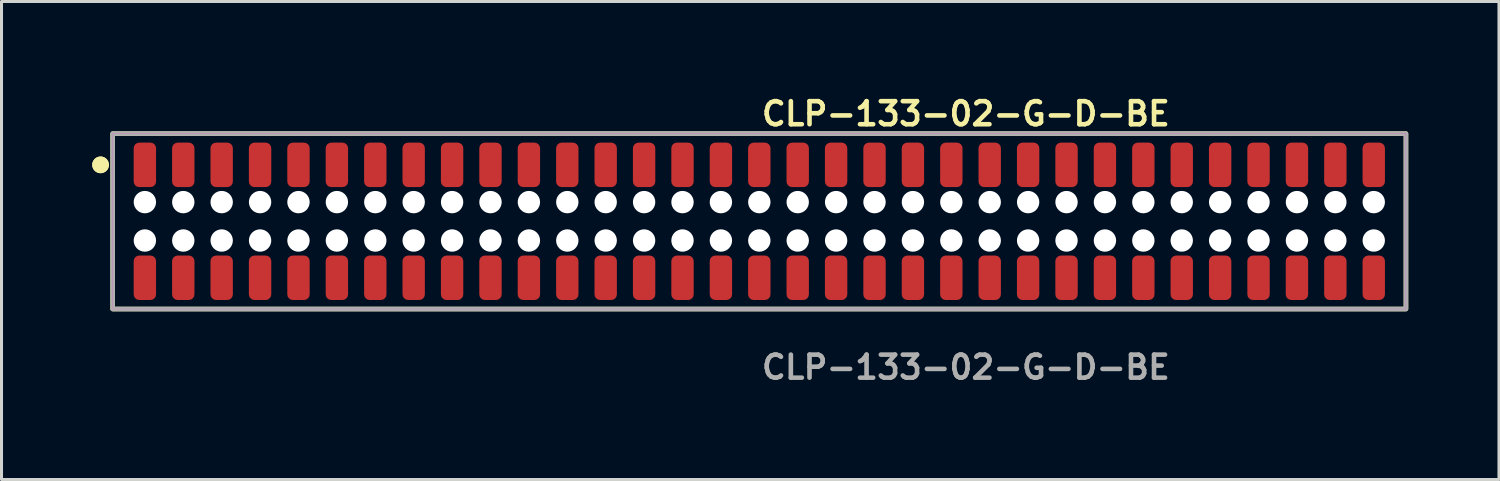
<source format=kicad_pcb>
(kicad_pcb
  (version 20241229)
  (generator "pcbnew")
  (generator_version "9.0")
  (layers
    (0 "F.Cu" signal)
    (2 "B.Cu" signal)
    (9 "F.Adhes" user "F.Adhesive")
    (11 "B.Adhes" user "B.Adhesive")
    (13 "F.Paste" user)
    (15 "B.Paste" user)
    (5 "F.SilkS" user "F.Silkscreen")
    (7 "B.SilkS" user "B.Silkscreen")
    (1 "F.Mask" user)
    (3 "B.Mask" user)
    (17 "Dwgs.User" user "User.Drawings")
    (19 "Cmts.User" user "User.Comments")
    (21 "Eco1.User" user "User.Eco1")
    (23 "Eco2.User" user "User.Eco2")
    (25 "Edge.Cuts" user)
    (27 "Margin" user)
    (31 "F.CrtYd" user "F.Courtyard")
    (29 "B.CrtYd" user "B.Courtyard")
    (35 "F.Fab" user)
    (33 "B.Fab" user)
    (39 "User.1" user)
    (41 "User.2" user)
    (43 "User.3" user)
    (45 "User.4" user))
  (footprint "CLP-133-02-G-D-BE"
    (layer "F.Cu")
    (at 22.061 4.269)
    (property "Reference" "CLP-133-02-G-D-BE" (at 0 -3.556 0) (unlocked yes) (layer "F.SilkS") (effects (font (size 0.762 0.762) (thickness 0.152)) (justify left)))
    (fp_rect (start -21.385 2.9) (end 21.385 -2.9) (stroke (width 0.152) (type solid)) (fill no) (layer "F.SilkS"))
    (fp_circle (center -21.785 -1.867) (end -21.985 -1.867) (stroke (width 0.152) (type solid)) (fill yes) (layer "F.SilkS"))
    (fp_circle (center -21.785 -1.867) (end -21.985 -1.867) (stroke (width 0.152) (type solid)) (fill yes) (layer "F.SilkS"))
    (fp_rect (start -21.385 2.9) (end 21.385 -2.9) (stroke (width 0.006) (type solid)) (fill no) (layer "F.CrtYd"))
    (fp_rect (start -21.385 2.9) (end 21.385 -2.9) (stroke (width 0.152) (type solid)) (fill no) (layer "F.Fab"))
    (fp_text user "${REFERENCE}" (at 0 4.826 0) (unlocked yes) (layer "F.Fab") (effects (font (size 0.762 0.762) (thickness 0.152)) (justify left)))
    (pad "" np_thru_hole circle (at -20.32 -0.635) (size 0.74 0.74) (drill 0.74) (layers "*.Cu" "*.Mask"))
    (pad "" np_thru_hole circle (at -20.32 0.635) (size 0.74 0.74) (drill 0.74) (layers "*.Cu" "*.Mask"))
    (pad "" np_thru_hole circle (at -19.05 -0.635) (size 0.74 0.74) (drill 0.74) (layers "*.Cu" "*.Mask"))
    (pad "" np_thru_hole circle (at -19.05 0.635) (size 0.74 0.74) (drill 0.74) (layers "*.Cu" "*.Mask"))
    (pad "" np_thru_hole circle (at -17.78 -0.635) (size 0.74 0.74) (drill 0.74) (layers "*.Cu" "*.Mask"))
    (pad "" np_thru_hole circle (at -17.78 0.635) (size 0.74 0.74) (drill 0.74) (layers "*.Cu" "*.Mask"))
    (pad "" np_thru_hole circle (at -16.51 -0.635) (size 0.74 0.74) (drill 0.74) (layers "*.Cu" "*.Mask"))
    (pad "" np_thru_hole circle (at -16.51 0.635) (size 0.74 0.74) (drill 0.74) (layers "*.Cu" "*.Mask"))
    (pad "" np_thru_hole circle (at -15.24 -0.635) (size 0.74 0.74) (drill 0.74) (layers "*.Cu" "*.Mask"))
    (pad "" np_thru_hole circle (at -15.24 0.635) (size 0.74 0.74) (drill 0.74) (layers "*.Cu" "*.Mask"))
    (pad "" np_thru_hole circle (at -13.97 -0.635) (size 0.74 0.74) (drill 0.74) (layers "*.Cu" "*.Mask"))
    (pad "" np_thru_hole circle (at -13.97 0.635) (size 0.74 0.74) (drill 0.74) (layers "*.Cu" "*.Mask"))
    (pad "" np_thru_hole circle (at -12.7 -0.635) (size 0.74 0.74) (drill 0.74) (layers "*.Cu" "*.Mask"))
    (pad "" np_thru_hole circle (at -12.7 0.635) (size 0.74 0.74) (drill 0.74) (layers "*.Cu" "*.Mask"))
    (pad "" np_thru_hole circle (at -11.43 -0.635) (size 0.74 0.74) (drill 0.74) (layers "*.Cu" "*.Mask"))
    (pad "" np_thru_hole circle (at -11.43 0.635) (size 0.74 0.74) (drill 0.74) (layers "*.Cu" "*.Mask"))
    (pad "" np_thru_hole circle (at -10.16 -0.635) (size 0.74 0.74) (drill 0.74) (layers "*.Cu" "*.Mask"))
    (pad "" np_thru_hole circle (at -10.16 0.635) (size 0.74 0.74) (drill 0.74) (layers "*.Cu" "*.Mask"))
    (pad "" np_thru_hole circle (at -8.89 -0.635) (size 0.74 0.74) (drill 0.74) (layers "*.Cu" "*.Mask"))
    (pad "" np_thru_hole circle (at -8.89 0.635) (size 0.74 0.74) (drill 0.74) (layers "*.Cu" "*.Mask"))
    (pad "" np_thru_hole circle (at -7.62 -0.635) (size 0.74 0.74) (drill 0.74) (layers "*.Cu" "*.Mask"))
    (pad "" np_thru_hole circle (at -7.62 0.635) (size 0.74 0.74) (drill 0.74) (layers "*.Cu" "*.Mask"))
    (pad "" np_thru_hole circle (at -6.35 -0.635) (size 0.74 0.74) (drill 0.74) (layers "*.Cu" "*.Mask"))
    (pad "" np_thru_hole circle (at -6.35 0.635) (size 0.74 0.74) (drill 0.74) (layers "*.Cu" "*.Mask"))
    (pad "" np_thru_hole circle (at -5.08 -0.635) (size 0.74 0.74) (drill 0.74) (layers "*.Cu" "*.Mask"))
    (pad "" np_thru_hole circle (at -5.08 0.635) (size 0.74 0.74) (drill 0.74) (layers "*.Cu" "*.Mask"))
    (pad "" np_thru_hole circle (at -3.81 -0.635) (size 0.74 0.74) (drill 0.74) (layers "*.Cu" "*.Mask"))
    (pad "" np_thru_hole circle (at -3.81 0.635) (size 0.74 0.74) (drill 0.74) (layers "*.Cu" "*.Mask"))
    (pad "" np_thru_hole circle (at -2.54 -0.635) (size 0.74 0.74) (drill 0.74) (layers "*.Cu" "*.Mask"))
    (pad "" np_thru_hole circle (at -2.54 0.635) (size 0.74 0.74) (drill 0.74) (layers "*.Cu" "*.Mask"))
    (pad "" np_thru_hole circle (at -1.27 -0.635) (size 0.74 0.74) (drill 0.74) (layers "*.Cu" "*.Mask"))
    (pad "" np_thru_hole circle (at -1.27 0.635) (size 0.74 0.74) (drill 0.74) (layers "*.Cu" "*.Mask"))
    (pad "" np_thru_hole circle (at 0 -0.635) (size 0.74 0.74) (drill 0.74) (layers "*.Cu" "*.Mask"))
    (pad "" np_thru_hole circle (at 0 0.635) (size 0.74 0.74) (drill 0.74) (layers "*.Cu" "*.Mask"))
    (pad "" np_thru_hole circle (at 1.27 -0.635) (size 0.74 0.74) (drill 0.74) (layers "*.Cu" "*.Mask"))
    (pad "" np_thru_hole circle (at 1.27 0.635) (size 0.74 0.74) (drill 0.74) (layers "*.Cu" "*.Mask"))
    (pad "" np_thru_hole circle (at 2.54 -0.635) (size 0.74 0.74) (drill 0.74) (layers "*.Cu" "*.Mask"))
    (pad "" np_thru_hole circle (at 2.54 0.635) (size 0.74 0.74) (drill 0.74) (layers "*.Cu" "*.Mask"))
    (pad "" np_thru_hole circle (at 3.81 -0.635) (size 0.74 0.74) (drill 0.74) (layers "*.Cu" "*.Mask"))
    (pad "" np_thru_hole circle (at 3.81 0.635) (size 0.74 0.74) (drill 0.74) (layers "*.Cu" "*.Mask"))
    (pad "" np_thru_hole circle (at 5.08 -0.635) (size 0.74 0.74) (drill 0.74) (layers "*.Cu" "*.Mask"))
    (pad "" np_thru_hole circle (at 5.08 0.635) (size 0.74 0.74) (drill 0.74) (layers "*.Cu" "*.Mask"))
    (pad "" np_thru_hole circle (at 6.35 -0.635) (size 0.74 0.74) (drill 0.74) (layers "*.Cu" "*.Mask"))
    (pad "" np_thru_hole circle (at 6.35 0.635) (size 0.74 0.74) (drill 0.74) (layers "*.Cu" "*.Mask"))
    (pad "" np_thru_hole circle (at 7.62 -0.635) (size 0.74 0.74) (drill 0.74) (layers "*.Cu" "*.Mask"))
    (pad "" np_thru_hole circle (at 7.62 0.635) (size 0.74 0.74) (drill 0.74) (layers "*.Cu" "*.Mask"))
    (pad "" np_thru_hole circle (at 8.89 -0.635) (size 0.74 0.74) (drill 0.74) (layers "*.Cu" "*.Mask"))
    (pad "" np_thru_hole circle (at 8.89 0.635) (size 0.74 0.74) (drill 0.74) (layers "*.Cu" "*.Mask"))
    (pad "" np_thru_hole circle (at 10.16 -0.635) (size 0.74 0.74) (drill 0.74) (layers "*.Cu" "*.Mask"))
    (pad "" np_thru_hole circle (at 10.16 0.635) (size 0.74 0.74) (drill 0.74) (layers "*.Cu" "*.Mask"))
    (pad "" np_thru_hole circle (at 11.43 -0.635) (size 0.74 0.74) (drill 0.74) (layers "*.Cu" "*.Mask"))
    (pad "" np_thru_hole circle (at 11.43 0.635) (size 0.74 0.74) (drill 0.74) (layers "*.Cu" "*.Mask"))
    (pad "" np_thru_hole circle (at 12.7 -0.635) (size 0.74 0.74) (drill 0.74) (layers "*.Cu" "*.Mask"))
    (pad "" np_thru_hole circle (at 12.7 0.635) (size 0.74 0.74) (drill 0.74) (layers "*.Cu" "*.Mask"))
    (pad "" np_thru_hole circle (at 13.97 -0.635) (size 0.74 0.74) (drill 0.74) (layers "*.Cu" "*.Mask"))
    (pad "" np_thru_hole circle (at 13.97 0.635) (size 0.74 0.74) (drill 0.74) (layers "*.Cu" "*.Mask"))
    (pad "" np_thru_hole circle (at 15.24 -0.635) (size 0.74 0.74) (drill 0.74) (layers "*.Cu" "*.Mask"))
    (pad "" np_thru_hole circle (at 15.24 0.635) (size 0.74 0.74) (drill 0.74) (layers "*.Cu" "*.Mask"))
    (pad "" np_thru_hole circle (at 16.51 -0.635) (size 0.74 0.74) (drill 0.74) (layers "*.Cu" "*.Mask"))
    (pad "" np_thru_hole circle (at 16.51 0.635) (size 0.74 0.74) (drill 0.74) (layers "*.Cu" "*.Mask"))
    (pad "" np_thru_hole circle (at 17.78 -0.635) (size 0.74 0.74) (drill 0.74) (layers "*.Cu" "*.Mask"))
    (pad "" np_thru_hole circle (at 17.78 0.635) (size 0.74 0.74) (drill 0.74) (layers "*.Cu" "*.Mask"))
    (pad "" np_thru_hole circle (at 19.05 -0.635) (size 0.74 0.74) (drill 0.74) (layers "*.Cu" "*.Mask"))
    (pad "" np_thru_hole circle (at 19.05 0.635) (size 0.74 0.74) (drill 0.74) (layers "*.Cu" "*.Mask"))
    (pad "" np_thru_hole circle (at 20.32 -0.635) (size 0.74 0.74) (drill 0.74) (layers "*.Cu" "*.Mask"))
    (pad "" np_thru_hole circle (at 20.32 0.635) (size 0.74 0.74) (drill 0.74) (layers "*.Cu" "*.Mask"))
    (pad "1" smd roundrect (at -20.32 -1.867) (size 0.74 1.47) (layers "F.Cu" "F.Paste") (roundrect_rratio 0.25))
    (pad "2" smd roundrect (at -20.32 1.867) (size 0.74 1.47) (layers "F.Cu" "F.Paste") (roundrect_rratio 0.25))
    (pad "3" smd roundrect (at -19.05 -1.867) (size 0.74 1.47) (layers "F.Cu" "F.Paste") (roundrect_rratio 0.25))
    (pad "4" smd roundrect (at -19.05 1.867) (size 0.74 1.47) (layers "F.Cu" "F.Paste") (roundrect_rratio 0.25))
    (pad "5" smd roundrect (at -17.78 -1.867) (size 0.74 1.47) (layers "F.Cu" "F.Paste") (roundrect_rratio 0.25))
    (pad "6" smd roundrect (at -17.78 1.867) (size 0.74 1.47) (layers "F.Cu" "F.Paste") (roundrect_rratio 0.25))
    (pad "7" smd roundrect (at -16.51 -1.867) (size 0.74 1.47) (layers "F.Cu" "F.Paste") (roundrect_rratio 0.25))
    (pad "8" smd roundrect (at -16.51 1.867) (size 0.74 1.47) (layers "F.Cu" "F.Paste") (roundrect_rratio 0.25))
    (pad "9" smd roundrect (at -15.24 -1.867) (size 0.74 1.47) (layers "F.Cu" "F.Paste") (roundrect_rratio 0.25))
    (pad "10" smd roundrect (at -15.24 1.867) (size 0.74 1.47) (layers "F.Cu" "F.Paste") (roundrect_rratio 0.25))
    (pad "11" smd roundrect (at -13.97 -1.867) (size 0.74 1.47) (layers "F.Cu" "F.Paste") (roundrect_rratio 0.25))
    (pad "12" smd roundrect (at -13.97 1.867) (size 0.74 1.47) (layers "F.Cu" "F.Paste") (roundrect_rratio 0.25))
    (pad "13" smd roundrect (at -12.7 -1.867) (size 0.74 1.47) (layers "F.Cu" "F.Paste") (roundrect_rratio 0.25))
    (pad "14" smd roundrect (at -12.7 1.867) (size 0.74 1.47) (layers "F.Cu" "F.Paste") (roundrect_rratio 0.25))
    (pad "15" smd roundrect (at -11.43 -1.867) (size 0.74 1.47) (layers "F.Cu" "F.Paste") (roundrect_rratio 0.25))
    (pad "16" smd roundrect (at -11.43 1.867) (size 0.74 1.47) (layers "F.Cu" "F.Paste") (roundrect_rratio 0.25))
    (pad "17" smd roundrect (at -10.16 -1.867) (size 0.74 1.47) (layers "F.Cu" "F.Paste") (roundrect_rratio 0.25))
    (pad "18" smd roundrect (at -10.16 1.867) (size 0.74 1.47) (layers "F.Cu" "F.Paste") (roundrect_rratio 0.25))
    (pad "19" smd roundrect (at -8.89 -1.867) (size 0.74 1.47) (layers "F.Cu" "F.Paste") (roundrect_rratio 0.25))
    (pad "20" smd roundrect (at -8.89 1.867) (size 0.74 1.47) (layers "F.Cu" "F.Paste") (roundrect_rratio 0.25))
    (pad "21" smd roundrect (at -7.62 -1.867) (size 0.74 1.47) (layers "F.Cu" "F.Paste") (roundrect_rratio 0.25))
    (pad "22" smd roundrect (at -7.62 1.867) (size 0.74 1.47) (layers "F.Cu" "F.Paste") (roundrect_rratio 0.25))
    (pad "23" smd roundrect (at -6.35 -1.867) (size 0.74 1.47) (layers "F.Cu" "F.Paste") (roundrect_rratio 0.25))
    (pad "24" smd roundrect (at -6.35 1.867) (size 0.74 1.47) (layers "F.Cu" "F.Paste") (roundrect_rratio 0.25))
    (pad "25" smd roundrect (at -5.08 -1.867) (size 0.74 1.47) (layers "F.Cu" "F.Paste") (roundrect_rratio 0.25))
    (pad "26" smd roundrect (at -5.08 1.867) (size 0.74 1.47) (layers "F.Cu" "F.Paste") (roundrect_rratio 0.25))
    (pad "27" smd roundrect (at -3.81 -1.867) (size 0.74 1.47) (layers "F.Cu" "F.Paste") (roundrect_rratio 0.25))
    (pad "28" smd roundrect (at -3.81 1.867) (size 0.74 1.47) (layers "F.Cu" "F.Paste") (roundrect_rratio 0.25))
    (pad "29" smd roundrect (at -2.54 -1.867) (size 0.74 1.47) (layers "F.Cu" "F.Paste") (roundrect_rratio 0.25))
    (pad "30" smd roundrect (at -2.54 1.867) (size 0.74 1.47) (layers "F.Cu" "F.Paste") (roundrect_rratio 0.25))
    (pad "31" smd roundrect (at -1.27 -1.867) (size 0.74 1.47) (layers "F.Cu" "F.Paste") (roundrect_rratio 0.25))
    (pad "32" smd roundrect (at -1.27 1.867) (size 0.74 1.47) (layers "F.Cu" "F.Paste") (roundrect_rratio 0.25))
    (pad "33" smd roundrect (at 0 -1.867) (size 0.74 1.47) (layers "F.Cu" "F.Paste") (roundrect_rratio 0.25))
    (pad "34" smd roundrect (at 0 1.867) (size 0.74 1.47) (layers "F.Cu" "F.Paste") (roundrect_rratio 0.25))
    (pad "35" smd roundrect (at 1.27 -1.867) (size 0.74 1.47) (layers "F.Cu" "F.Paste") (roundrect_rratio 0.25))
    (pad "36" smd roundrect (at 1.27 1.867) (size 0.74 1.47) (layers "F.Cu" "F.Paste") (roundrect_rratio 0.25))
    (pad "37" smd roundrect (at 2.54 -1.867) (size 0.74 1.47) (layers "F.Cu" "F.Paste") (roundrect_rratio 0.25))
    (pad "38" smd roundrect (at 2.54 1.867) (size 0.74 1.47) (layers "F.Cu" "F.Paste") (roundrect_rratio 0.25))
    (pad "39" smd roundrect (at 3.81 -1.867) (size 0.74 1.47) (layers "F.Cu" "F.Paste") (roundrect_rratio 0.25))
    (pad "40" smd roundrect (at 3.81 1.867) (size 0.74 1.47) (layers "F.Cu" "F.Paste") (roundrect_rratio 0.25))
    (pad "41" smd roundrect (at 5.08 -1.867) (size 0.74 1.47) (layers "F.Cu" "F.Paste") (roundrect_rratio 0.25))
    (pad "42" smd roundrect (at 5.08 1.867) (size 0.74 1.47) (layers "F.Cu" "F.Paste") (roundrect_rratio 0.25))
    (pad "43" smd roundrect (at 6.35 -1.867) (size 0.74 1.47) (layers "F.Cu" "F.Paste") (roundrect_rratio 0.25))
    (pad "44" smd roundrect (at 6.35 1.867) (size 0.74 1.47) (layers "F.Cu" "F.Paste") (roundrect_rratio 0.25))
    (pad "45" smd roundrect (at 7.62 -1.867) (size 0.74 1.47) (layers "F.Cu" "F.Paste") (roundrect_rratio 0.25))
    (pad "46" smd roundrect (at 7.62 1.867) (size 0.74 1.47) (layers "F.Cu" "F.Paste") (roundrect_rratio 0.25))
    (pad "47" smd roundrect (at 8.89 -1.867) (size 0.74 1.47) (layers "F.Cu" "F.Paste") (roundrect_rratio 0.25))
    (pad "48" smd roundrect (at 8.89 1.867) (size 0.74 1.47) (layers "F.Cu" "F.Paste") (roundrect_rratio 0.25))
    (pad "49" smd roundrect (at 10.16 -1.867) (size 0.74 1.47) (layers "F.Cu" "F.Paste") (roundrect_rratio 0.25))
    (pad "50" smd roundrect (at 10.16 1.867) (size 0.74 1.47) (layers "F.Cu" "F.Paste") (roundrect_rratio 0.25))
    (pad "51" smd roundrect (at 11.43 -1.867) (size 0.74 1.47) (layers "F.Cu" "F.Paste") (roundrect_rratio 0.25))
    (pad "52" smd roundrect (at 11.43 1.867) (size 0.74 1.47) (layers "F.Cu" "F.Paste") (roundrect_rratio 0.25))
    (pad "53" smd roundrect (at 12.7 -1.867) (size 0.74 1.47) (layers "F.Cu" "F.Paste") (roundrect_rratio 0.25))
    (pad "54" smd roundrect (at 12.7 1.867) (size 0.74 1.47) (layers "F.Cu" "F.Paste") (roundrect_rratio 0.25))
    (pad "55" smd roundrect (at 13.97 -1.867) (size 0.74 1.47) (layers "F.Cu" "F.Paste") (roundrect_rratio 0.25))
    (pad "56" smd roundrect (at 13.97 1.867) (size 0.74 1.47) (layers "F.Cu" "F.Paste") (roundrect_rratio 0.25))
    (pad "57" smd roundrect (at 15.24 -1.867) (size 0.74 1.47) (layers "F.Cu" "F.Paste") (roundrect_rratio 0.25))
    (pad "58" smd roundrect (at 15.24 1.867) (size 0.74 1.47) (layers "F.Cu" "F.Paste") (roundrect_rratio 0.25))
    (pad "59" smd roundrect (at 16.51 -1.867) (size 0.74 1.47) (layers "F.Cu" "F.Paste") (roundrect_rratio 0.25))
    (pad "60" smd roundrect (at 16.51 1.867) (size 0.74 1.47) (layers "F.Cu" "F.Paste") (roundrect_rratio 0.25))
    (pad "61" smd roundrect (at 17.78 -1.867) (size 0.74 1.47) (layers "F.Cu" "F.Paste") (roundrect_rratio 0.25))
    (pad "62" smd roundrect (at 17.78 1.867) (size 0.74 1.47) (layers "F.Cu" "F.Paste") (roundrect_rratio 0.25))
    (pad "63" smd roundrect (at 19.05 -1.867) (size 0.74 1.47) (layers "F.Cu" "F.Paste") (roundrect_rratio 0.25))
    (pad "64" smd roundrect (at 19.05 1.867) (size 0.74 1.47) (layers "F.Cu" "F.Paste") (roundrect_rratio 0.25))
    (pad "65" smd roundrect (at 20.32 -1.867) (size 0.74 1.47) (layers "F.Cu" "F.Paste") (roundrect_rratio 0.25))
    (pad "66" smd roundrect (at 20.32 1.867) (size 0.74 1.47) (layers "F.Cu" "F.Paste") (roundrect_rratio 0.25)))
  (gr_rect
    (start -3 -3)
    (end 46.522 12.808)
    (stroke (width 0.1) (type default))
    (fill no)
    (layer "Edge.Cuts")))
</source>
